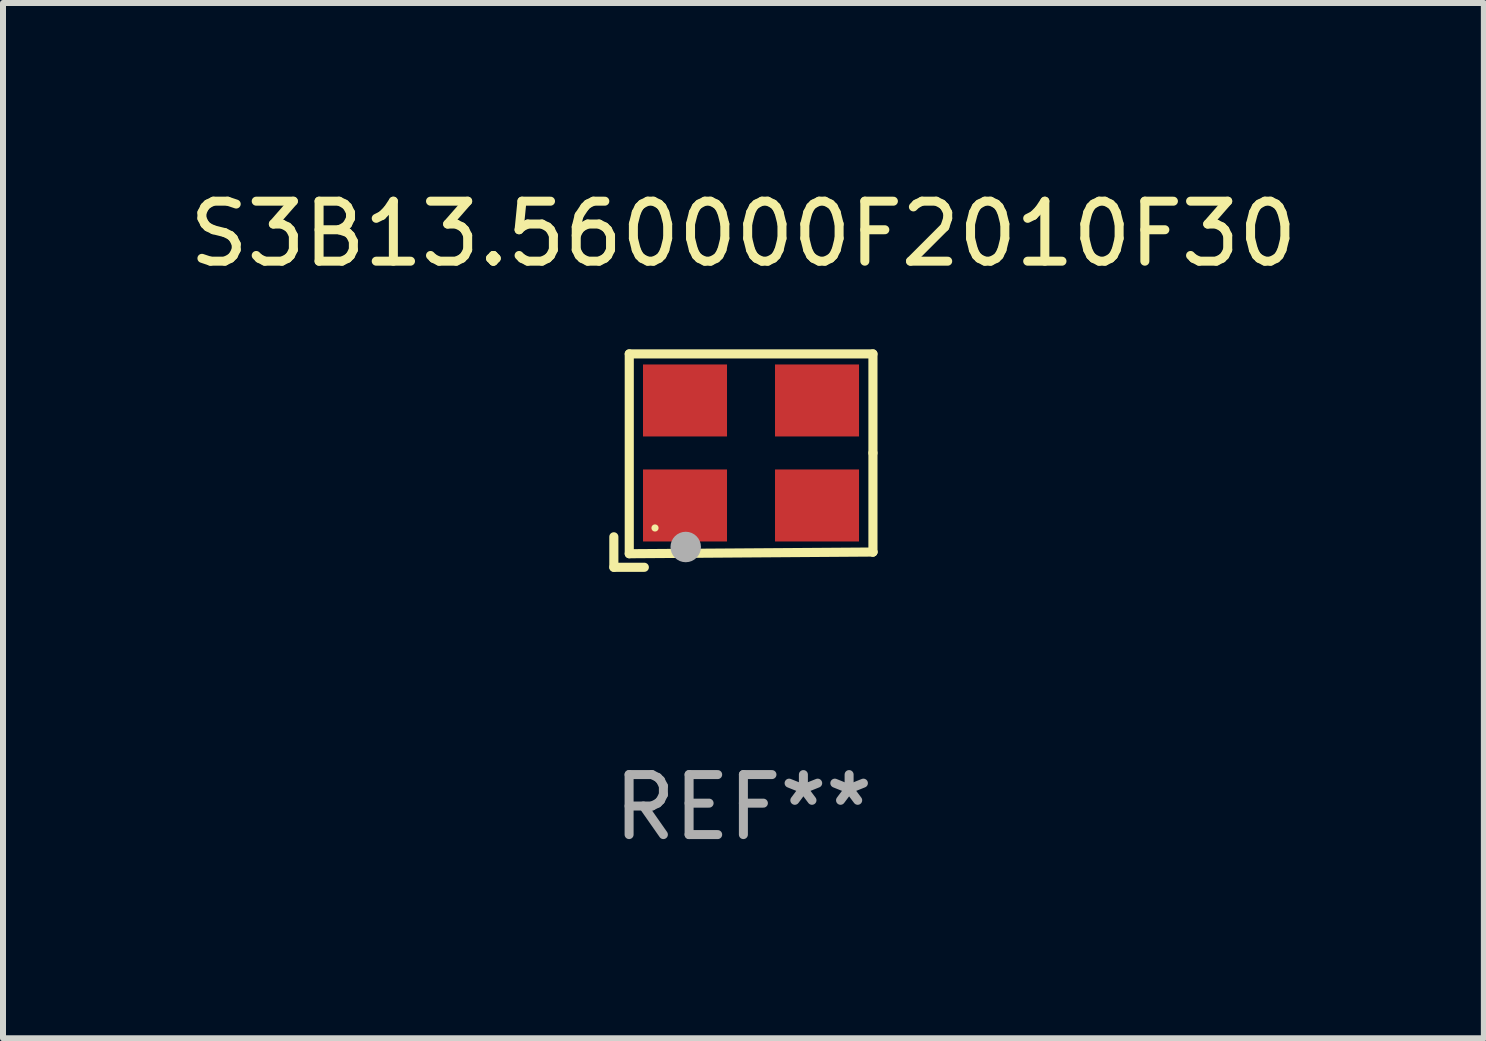
<source format=kicad_pcb>
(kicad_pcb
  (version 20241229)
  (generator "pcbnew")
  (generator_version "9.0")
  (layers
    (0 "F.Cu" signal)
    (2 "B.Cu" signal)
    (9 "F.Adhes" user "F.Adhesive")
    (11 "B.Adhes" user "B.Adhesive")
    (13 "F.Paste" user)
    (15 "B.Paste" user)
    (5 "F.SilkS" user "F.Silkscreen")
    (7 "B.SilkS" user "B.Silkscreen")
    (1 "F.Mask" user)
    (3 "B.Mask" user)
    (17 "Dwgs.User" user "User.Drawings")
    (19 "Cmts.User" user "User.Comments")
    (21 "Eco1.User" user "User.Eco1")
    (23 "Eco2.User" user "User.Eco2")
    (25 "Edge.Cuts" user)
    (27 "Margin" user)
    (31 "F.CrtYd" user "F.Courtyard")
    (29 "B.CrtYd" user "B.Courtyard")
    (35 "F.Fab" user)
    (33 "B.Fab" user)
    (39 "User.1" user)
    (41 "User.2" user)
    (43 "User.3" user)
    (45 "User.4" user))
  (footprint "S3B13.560000F2010F30"
    (layer "F.Cu")
    (at 9.339 4.626)
    (property "Reference" "S3B13.560000F2010F30" (at 0 -3.778 0) (layer "F.SilkS") (effects (font (size 1 1) (thickness 0.15))))
    (attr through_hole)
    (fp_line (start -2.159 1.27) (end -2.159 1.778) (stroke (width 0.152) (type solid)) (layer "F.SilkS"))
    (fp_line (start -2.159 1.778) (end -1.651 1.778) (stroke (width 0.152) (type solid)) (layer "F.SilkS"))
    (fp_line (start -1.902 -1.778) (end 2.159 -1.778) (stroke (width 0.152) (type solid)) (layer "F.SilkS"))
    (fp_line (start -1.902 1.552) (end -1.902 -1.778) (stroke (width 0.152) (type solid)) (layer "F.SilkS"))
    (fp_line (start 2.159 -1.778) (end 2.159 -0.127) (stroke (width 0.152) (type solid)) (layer "F.SilkS"))
    (fp_line (start 2.159 -0.127) (end 2.159 1.524) (stroke (width 0.152) (type solid)) (layer "F.SilkS"))
    (fp_line (start 2.159 1.524) (end -1.902 1.552) (stroke (width 0.152) (type solid)) (layer "F.SilkS"))
    (fp_line (start 2.159 1.524) (end 2.159 1.524) (stroke (width 0.152) (type solid)) (layer "F.SilkS"))
    (fp_circle (center -1.473 1.123) (end -1.443 1.123) (stroke (width 0.06) (type solid)) (fill no) (layer "F.SilkS"))
    (fp_circle (center -0.961 1.44) (end -0.834 1.44) (stroke (width 0.254) (type solid)) (fill no) (layer "F.Fab"))
    (fp_text user "REF**" (at 0 5.778 0) (layer "F.Fab") (effects (font (size 1 1) (thickness 0.15))))
    (pad "1" smd rect (at -0.973 0.748) (size 1.4 1.2) (layers "F.Cu" "F.Mask" "F.Paste"))
    (pad "2" smd rect (at 1.227 0.748) (size 1.4 1.2) (layers "F.Cu" "F.Mask" "F.Paste"))
    (pad "3" smd rect (at 1.227 -1.002) (size 1.4 1.2) (layers "F.Cu" "F.Mask" "F.Paste"))
    (pad "4" smd rect (at -0.973 -1.002) (size 1.4 1.2) (layers "F.Cu" "F.Mask" "F.Paste")))
  (gr_rect
    (start -3 -3)
    (end 21.679 14.253)
    (stroke (width 0.1) (type default))
    (fill no)
    (layer "Edge.Cuts")))
</source>
